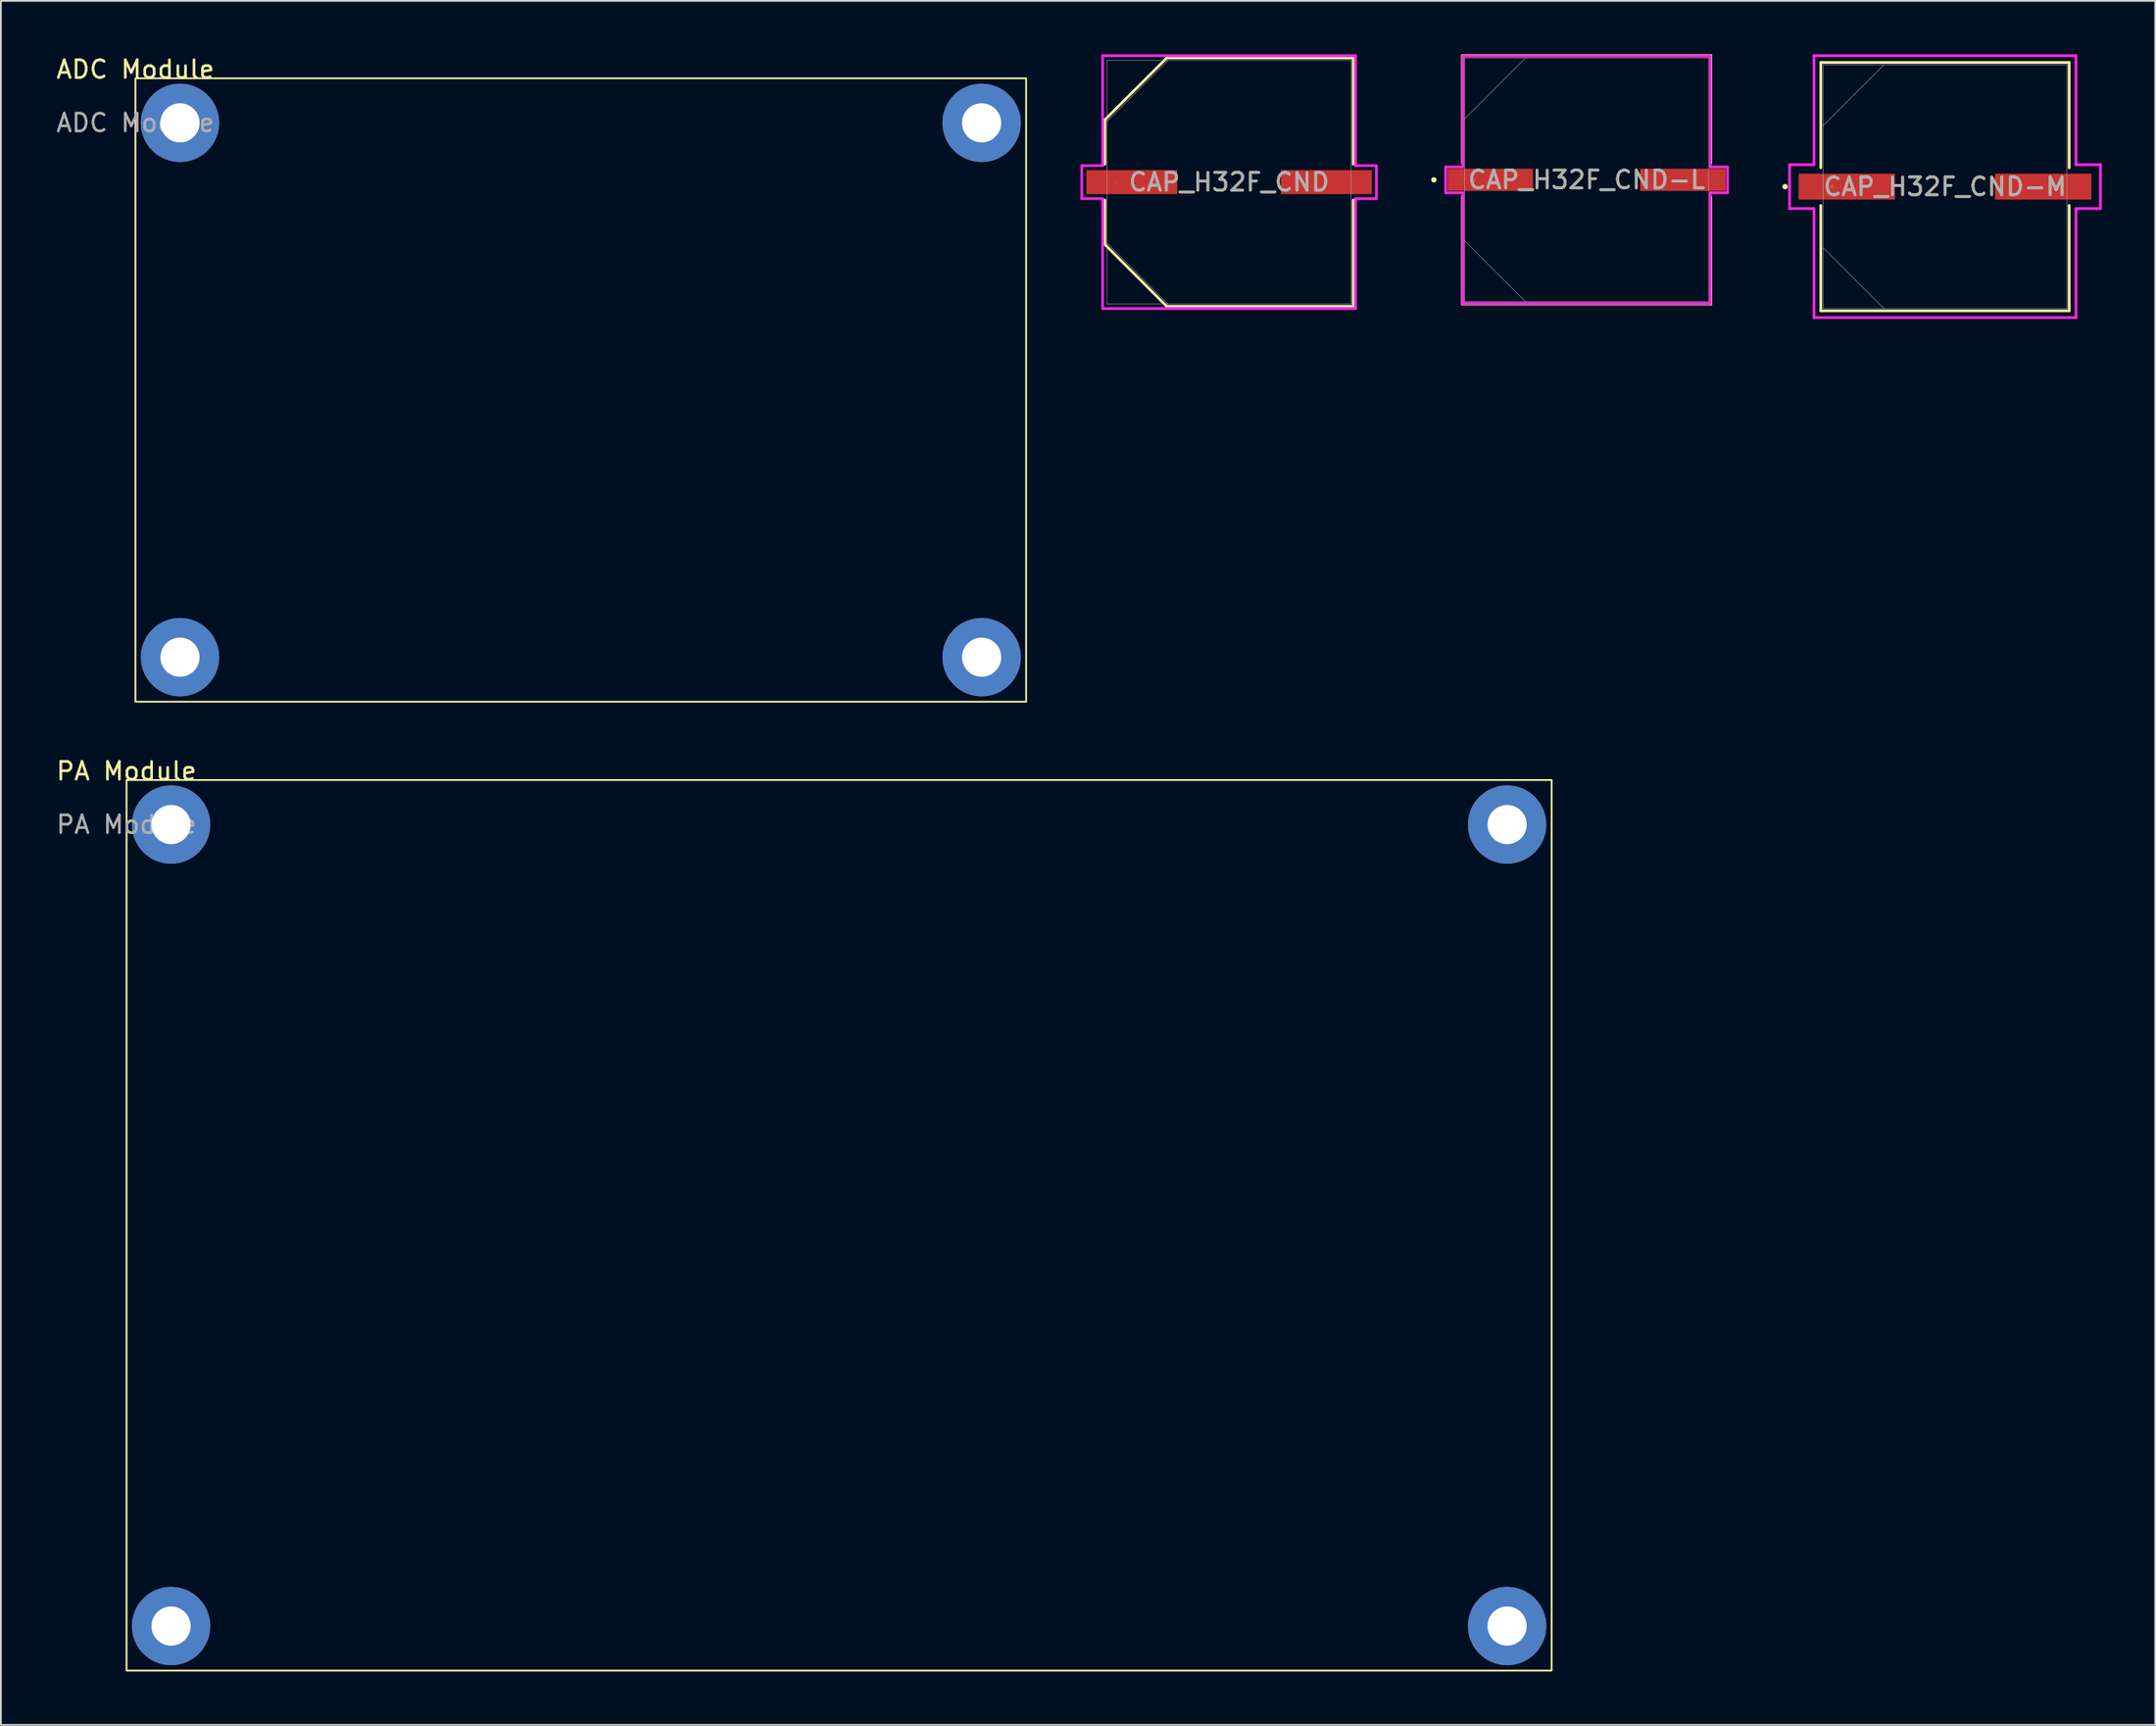
<source format=kicad_pcb>
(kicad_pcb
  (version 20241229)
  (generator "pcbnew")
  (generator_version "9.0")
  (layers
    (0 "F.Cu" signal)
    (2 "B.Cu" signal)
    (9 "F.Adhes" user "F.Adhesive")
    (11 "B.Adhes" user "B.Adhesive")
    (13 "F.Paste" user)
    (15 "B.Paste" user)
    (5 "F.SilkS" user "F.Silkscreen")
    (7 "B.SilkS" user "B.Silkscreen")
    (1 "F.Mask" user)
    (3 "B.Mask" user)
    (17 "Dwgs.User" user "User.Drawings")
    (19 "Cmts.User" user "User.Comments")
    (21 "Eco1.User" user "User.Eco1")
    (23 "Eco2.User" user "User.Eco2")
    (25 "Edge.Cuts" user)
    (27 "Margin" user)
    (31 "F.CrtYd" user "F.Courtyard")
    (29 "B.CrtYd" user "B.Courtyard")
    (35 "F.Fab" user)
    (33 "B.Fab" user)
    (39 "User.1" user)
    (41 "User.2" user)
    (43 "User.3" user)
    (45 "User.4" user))
  (footprint "CAP_H32F_CND-L"
    (layer "F.Cu")
    (at 86.016 7.048)
    (property "Reference" "CAP_H32F_CND-L" (at 0 0 0) (unlocked yes) (layer "F.SilkS") (effects (font (size 1 1) (thickness 0.15))))
    (attr smd)
    (fp_line (start -6.972 -6.972) (end -6.972 -0.955) (stroke (width 0.152) (type solid)) (layer "F.SilkS"))
    (fp_line (start -6.972 0.955) (end -6.972 6.972) (stroke (width 0.152) (type solid)) (layer "F.SilkS"))
    (fp_line (start -6.972 6.972) (end 6.972 6.972) (stroke (width 0.152) (type solid)) (layer "F.SilkS"))
    (fp_line (start 6.972 -6.972) (end -6.972 -6.972) (stroke (width 0.152) (type solid)) (layer "F.SilkS"))
    (fp_line (start 6.972 -0.955) (end 6.972 -6.972) (stroke (width 0.152) (type solid)) (layer "F.SilkS"))
    (fp_line (start 6.972 6.972) (end 6.972 0.955) (stroke (width 0.152) (type solid)) (layer "F.SilkS"))
    (fp_circle (center -8.572 0) (end -8.496 0) (stroke (width 0.152) (type solid)) (fill no) (layer "F.SilkS"))
    (fp_line (start -7.912 -0.724) (end -6.947 -0.724) (stroke (width 0.152) (type solid)) (layer "F.CrtYd"))
    (fp_line (start -7.912 0.724) (end -7.912 -0.724) (stroke (width 0.152) (type solid)) (layer "F.CrtYd"))
    (fp_line (start -6.947 -6.947) (end 6.947 -6.947) (stroke (width 0.152) (type solid)) (layer "F.CrtYd"))
    (fp_line (start -6.947 -0.724) (end -6.947 -6.947) (stroke (width 0.152) (type solid)) (layer "F.CrtYd"))
    (fp_line (start -6.947 0.724) (end -7.912 0.724) (stroke (width 0.152) (type solid)) (layer "F.CrtYd"))
    (fp_line (start -6.947 6.947) (end -6.947 0.724) (stroke (width 0.152) (type solid)) (layer "F.CrtYd"))
    (fp_line (start 6.947 -6.947) (end 6.947 -0.724) (stroke (width 0.152) (type solid)) (layer "F.CrtYd"))
    (fp_line (start 6.947 -0.724) (end 7.912 -0.724) (stroke (width 0.152) (type solid)) (layer "F.CrtYd"))
    (fp_line (start 6.947 0.724) (end 6.947 6.947) (stroke (width 0.152) (type solid)) (layer "F.CrtYd"))
    (fp_line (start 6.947 6.947) (end -6.947 6.947) (stroke (width 0.152) (type solid)) (layer "F.CrtYd"))
    (fp_line (start 7.912 -0.724) (end 7.912 0.724) (stroke (width 0.152) (type solid)) (layer "F.CrtYd"))
    (fp_line (start 7.912 0.724) (end 6.947 0.724) (stroke (width 0.152) (type solid)) (layer "F.CrtYd"))
    (fp_line (start -6.845 -6.845) (end -6.845 6.845) (stroke (width 0.025) (type solid)) (layer "F.Fab"))
    (fp_line (start -6.845 -3.423) (end -3.423 -6.845) (stroke (width 0.025) (type solid)) (layer "F.Fab"))
    (fp_line (start -6.845 3.423) (end -3.423 6.845) (stroke (width 0.025) (type solid)) (layer "F.Fab"))
    (fp_line (start -6.845 6.845) (end 6.845 6.845) (stroke (width 0.025) (type solid)) (layer "F.Fab"))
    (fp_line (start 6.845 -6.845) (end -6.845 -6.845) (stroke (width 0.025) (type solid)) (layer "F.Fab"))
    (fp_line (start 6.845 6.845) (end 6.845 -6.845) (stroke (width 0.025) (type solid)) (layer "F.Fab"))
    (fp_circle (center -6.337 0) (end -6.261 0) (stroke (width 0.025) (type solid)) (fill no) (layer "F.Fab"))
    (fp_text user "${REFERENCE}" (at 0 0 0) (unlocked yes) (layer "F.Fab") (effects (font (size 1 1) (thickness 0.15))))
    (pad "1" smd rect (at -5.41 0) (size 4.801 1.245) (layers "F.Cu" "F.Mask" "F.Paste"))
    (pad "2" smd rect (at 5.41 0) (size 4.801 1.245) (layers "F.Cu" "F.Mask" "F.Paste"))
    (zone (net_name "") (layer "F.Cu") (hatch full 0.508) (connect_pads) (min_thickness 0.254) (filled_areas_thickness no) (keepout (tracks not_allowed) (vias not_allowed) (pads allowed) (copperpour not_allowed) (footprints allowed)) (placement (enabled no)) (fill) (polygon (pts (xy 79.222 0.254) (xy 92.811 0.254) (xy 92.811 6.375) (xy 79.222 6.375))))
    (zone (net_name "") (layer "F.Cu") (hatch full 0.508) (connect_pads) (min_thickness 0.254) (filled_areas_thickness no) (keepout (tracks not_allowed) (vias not_allowed) (pads allowed) (copperpour not_allowed) (footprints allowed)) (placement (enabled no)) (fill) (polygon (pts (xy 79.222 7.722) (xy 92.811 7.722) (xy 92.811 13.843) (xy 79.222 13.843))))
    (zone (net_name "") (layer "F.Cu") (hatch full 0.508) (connect_pads) (min_thickness 0.254) (filled_areas_thickness no) (keepout (tracks not_allowed) (vias not_allowed) (pads allowed) (copperpour not_allowed) (footprints allowed)) (placement (enabled no)) (fill) (polygon (pts (xy 83.057 6.375) (xy 88.975 6.375) (xy 88.975 7.722) (xy 83.057 7.722)))))
  (footprint "ADC Module"
    (layer "F.Cu")
    (at 4.554 1.348)
    (property "Reference" "ADC Module" (at 0 -0.5 0) (unlocked yes) (layer "F.SilkS") (effects (font (size 1 1) (thickness 0.15))))
    (fp_rect (start 0 0) (end 50 35) (stroke (width 0.1) (type default)) (fill no) (layer "F.SilkS"))
    (fp_text user "${REFERENCE}" (at 0 2.5 0) (unlocked yes) (layer "F.Fab") (effects (font (size 1 1) (thickness 0.15))))
    (pad "" thru_hole circle (at 2.5 2.5) (size 4.4 4.4) (drill 2.2) (layers "*.Cu" "*.Mask"))
    (pad "" thru_hole circle (at 2.5 32.5) (size 4.4 4.4) (drill 2.2) (layers "*.Cu" "*.Mask"))
    (pad "" thru_hole circle (at 47.5 2.5) (size 4.4 4.4) (drill 2.2) (layers "*.Cu" "*.Mask"))
    (pad "" thru_hole circle (at 47.5 32.5) (size 4.4 4.4) (drill 2.2) (layers "*.Cu" "*.Mask")))
  (footprint "CAP_H32F_CND"
    (layer "F.Cu")
    (at 65.947 7.176)
    (property "Reference" "CAP_H32F_CND" (at 0 0 0) (unlocked yes) (layer "F.SilkS") (effects (font (size 1 1) (thickness 0.15))))
    (attr smd)
    (fp_line (start -6.972 -3.5) (end -6.972 -1.006) (stroke (width 0.152) (type solid)) (layer "F.SilkS"))
    (fp_line (start -6.972 -3.5) (end -3.5 -6.972) (stroke (width 0.152) (type solid)) (layer "F.SilkS"))
    (fp_line (start -6.972 1.006) (end -6.972 3.5) (stroke (width 0.152) (type solid)) (layer "F.SilkS"))
    (fp_line (start -6.972 3.5) (end -3.5 6.972) (stroke (width 0.152) (type solid)) (layer "F.SilkS"))
    (fp_line (start -3.5 6.972) (end 6.972 6.972) (stroke (width 0.152) (type solid)) (layer "F.SilkS"))
    (fp_line (start 6.972 -6.972) (end -3.5 -6.972) (stroke (width 0.152) (type solid)) (layer "F.SilkS"))
    (fp_line (start 6.972 -1.006) (end 6.972 -6.972) (stroke (width 0.152) (type solid)) (layer "F.SilkS"))
    (fp_line (start 6.972 6.972) (end 6.972 1.006) (stroke (width 0.152) (type solid)) (layer "F.SilkS"))
    (fp_line (start -8.268 -0.927) (end -7.099 -0.927) (stroke (width 0.152) (type solid)) (layer "F.CrtYd"))
    (fp_line (start -8.268 0.927) (end -8.268 -0.927) (stroke (width 0.152) (type solid)) (layer "F.CrtYd"))
    (fp_line (start -7.099 -7.099) (end 7.099 -7.099) (stroke (width 0.152) (type solid)) (layer "F.CrtYd"))
    (fp_line (start -7.099 -0.927) (end -7.099 -7.099) (stroke (width 0.152) (type solid)) (layer "F.CrtYd"))
    (fp_line (start -7.099 0.927) (end -8.268 0.927) (stroke (width 0.152) (type solid)) (layer "F.CrtYd"))
    (fp_line (start -7.099 7.099) (end -7.099 0.927) (stroke (width 0.152) (type solid)) (layer "F.CrtYd"))
    (fp_line (start 7.099 -7.099) (end 7.099 -0.927) (stroke (width 0.152) (type solid)) (layer "F.CrtYd"))
    (fp_line (start 7.099 -0.927) (end 8.268 -0.927) (stroke (width 0.152) (type solid)) (layer "F.CrtYd"))
    (fp_line (start 7.099 0.927) (end 7.099 7.099) (stroke (width 0.152) (type solid)) (layer "F.CrtYd"))
    (fp_line (start 7.099 7.099) (end -7.099 7.099) (stroke (width 0.152) (type solid)) (layer "F.CrtYd"))
    (fp_line (start 8.268 -0.927) (end 8.268 0.927) (stroke (width 0.152) (type solid)) (layer "F.CrtYd"))
    (fp_line (start 8.268 0.927) (end 7.099 0.927) (stroke (width 0.152) (type solid)) (layer "F.CrtYd"))
    (fp_line (start -6.845 -6.845) (end -6.845 6.845) (stroke (width 0.025) (type solid)) (layer "F.Fab"))
    (fp_line (start -6.845 -3.423) (end -3.423 -6.845) (stroke (width 0.025) (type solid)) (layer "F.Fab"))
    (fp_line (start -6.845 3.423) (end -3.423 6.845) (stroke (width 0.025) (type solid)) (layer "F.Fab"))
    (fp_line (start -6.845 6.845) (end 6.845 6.845) (stroke (width 0.025) (type solid)) (layer "F.Fab"))
    (fp_line (start 6.845 -6.845) (end -6.845 -6.845) (stroke (width 0.025) (type solid)) (layer "F.Fab"))
    (fp_line (start 6.845 6.845) (end 6.845 -6.845) (stroke (width 0.025) (type solid)) (layer "F.Fab"))
    (fp_circle (center -6.337 0) (end -6.337 0) (stroke (width 0.025) (type solid)) (fill no) (layer "F.Fab"))
    (fp_text user "${REFERENCE}" (at 0 0 0) (unlocked yes) (layer "F.Fab") (effects (font (size 1 1) (thickness 0.15))))
    (pad "1" smd rect (at -5.461 0) (size 5.105 1.346) (layers "F.Cu" "F.Mask" "F.Paste"))
    (pad "2" smd rect (at 5.461 0) (size 5.105 1.346) (layers "F.Cu" "F.Mask" "F.Paste")))
  (footprint "CAP_H32F_CND-M"
    (layer "F.Cu")
    (at 106.136 7.429)
    (property "Reference" "CAP_H32F_CND-M" (at 0 0 0) (unlocked yes) (layer "F.SilkS") (effects (font (size 1 1) (thickness 0.15))))
    (attr smd)
    (fp_line (start -6.972 -6.972) (end -6.972 -1.057) (stroke (width 0.152) (type solid)) (layer "F.SilkS"))
    (fp_line (start -6.972 1.057) (end -6.972 6.972) (stroke (width 0.152) (type solid)) (layer "F.SilkS"))
    (fp_line (start -6.972 6.972) (end 6.972 6.972) (stroke (width 0.152) (type solid)) (layer "F.SilkS"))
    (fp_line (start 6.972 -6.972) (end -6.972 -6.972) (stroke (width 0.152) (type solid)) (layer "F.SilkS"))
    (fp_line (start 6.972 -1.057) (end 6.972 -6.972) (stroke (width 0.152) (type solid)) (layer "F.SilkS"))
    (fp_line (start 6.972 6.972) (end 6.972 1.057) (stroke (width 0.152) (type solid)) (layer "F.SilkS"))
    (fp_circle (center -8.979 0) (end -8.903 0) (stroke (width 0.152) (type solid)) (fill no) (layer "F.SilkS"))
    (fp_line (start -8.725 -1.232) (end -7.353 -1.232) (stroke (width 0.152) (type solid)) (layer "F.CrtYd"))
    (fp_line (start -8.725 1.232) (end -8.725 -1.232) (stroke (width 0.152) (type solid)) (layer "F.CrtYd"))
    (fp_line (start -7.353 -7.353) (end 7.353 -7.353) (stroke (width 0.152) (type solid)) (layer "F.CrtYd"))
    (fp_line (start -7.353 -1.232) (end -7.353 -7.353) (stroke (width 0.152) (type solid)) (layer "F.CrtYd"))
    (fp_line (start -7.353 1.232) (end -8.725 1.232) (stroke (width 0.152) (type solid)) (layer "F.CrtYd"))
    (fp_line (start -7.353 7.353) (end -7.353 1.232) (stroke (width 0.152) (type solid)) (layer "F.CrtYd"))
    (fp_line (start 7.353 -7.353) (end 7.353 -1.232) (stroke (width 0.152) (type solid)) (layer "F.CrtYd"))
    (fp_line (start 7.353 -1.232) (end 8.725 -1.232) (stroke (width 0.152) (type solid)) (layer "F.CrtYd"))
    (fp_line (start 7.353 1.232) (end 7.353 7.353) (stroke (width 0.152) (type solid)) (layer "F.CrtYd"))
    (fp_line (start 7.353 7.353) (end -7.353 7.353) (stroke (width 0.152) (type solid)) (layer "F.CrtYd"))
    (fp_line (start 8.725 -1.232) (end 8.725 1.232) (stroke (width 0.152) (type solid)) (layer "F.CrtYd"))
    (fp_line (start 8.725 1.232) (end 7.353 1.232) (stroke (width 0.152) (type solid)) (layer "F.CrtYd"))
    (fp_line (start -6.845 -6.845) (end -6.845 6.845) (stroke (width 0.025) (type solid)) (layer "F.Fab"))
    (fp_line (start -6.845 -3.423) (end -3.423 -6.845) (stroke (width 0.025) (type solid)) (layer "F.Fab"))
    (fp_line (start -6.845 3.423) (end -3.423 6.845) (stroke (width 0.025) (type solid)) (layer "F.Fab"))
    (fp_line (start -6.845 6.845) (end 6.845 6.845) (stroke (width 0.025) (type solid)) (layer "F.Fab"))
    (fp_line (start 6.845 -6.845) (end -6.845 -6.845) (stroke (width 0.025) (type solid)) (layer "F.Fab"))
    (fp_line (start 6.845 6.845) (end 6.845 -6.845) (stroke (width 0.025) (type solid)) (layer "F.Fab"))
    (fp_circle (center -6.337 0) (end -6.261 0) (stroke (width 0.025) (type solid)) (fill no) (layer "F.Fab"))
    (fp_text user "${REFERENCE}" (at 0 0 0) (unlocked yes) (layer "F.Fab") (effects (font (size 1 1) (thickness 0.15))))
    (pad "1" smd rect (at -5.512 0) (size 5.41 1.448) (layers "F.Cu" "F.Mask" "F.Paste"))
    (pad "2" smd rect (at 5.512 0) (size 5.41 1.448) (layers "F.Cu" "F.Mask" "F.Paste"))
    (zone (net_name "") (layer "F.Cu") (hatch full 0.508) (connect_pads) (min_thickness 0.254) (filled_areas_thickness no) (keepout (tracks not_allowed) (vias not_allowed) (pads allowed) (copperpour not_allowed) (footprints allowed)) (placement (enabled no)) (fill) (polygon (pts (xy 99.341 0.635) (xy 112.93 0.635) (xy 112.93 6.655) (xy 99.341 6.655))))
    (zone (net_name "") (layer "F.Cu") (hatch full 0.508) (connect_pads) (min_thickness 0.254) (filled_areas_thickness no) (keepout (tracks not_allowed) (vias not_allowed) (pads allowed) (copperpour not_allowed) (footprints allowed)) (placement (enabled no)) (fill) (polygon (pts (xy 99.341 8.204) (xy 112.93 8.204) (xy 112.93 14.224) (xy 99.341 14.224))))
    (zone (net_name "") (layer "F.Cu") (hatch full 0.508) (connect_pads) (min_thickness 0.254) (filled_areas_thickness no) (keepout (tracks not_allowed) (vias not_allowed) (pads allowed) (copperpour not_allowed) (footprints allowed)) (placement (enabled no)) (fill) (polygon (pts (xy 103.38 6.655) (xy 108.892 6.655) (xy 108.892 8.204) (xy 103.38 8.204)))))
  (footprint "PA Module"
    (layer "F.Cu")
    (at 4.054 40.746)
    (property "Reference" "PA Module" (at 0 -0.5 0) (unlocked yes) (layer "F.SilkS") (effects (font (size 1 1) (thickness 0.15))))
    (fp_rect (start 0 0) (end 80 50) (stroke (width 0.1) (type default)) (fill no) (layer "F.SilkS"))
    (fp_text user "${REFERENCE}" (at 0 2.5 0) (unlocked yes) (layer "F.Fab") (effects (font (size 1 1) (thickness 0.15))))
    (pad "" thru_hole circle (at 2.5 2.5) (size 4.4 4.4) (drill 2.2) (layers "*.Cu" "*.Mask"))
    (pad "" thru_hole circle (at 2.5 47.5) (size 4.4 4.4) (drill 2.2) (layers "*.Cu" "*.Mask"))
    (pad "" thru_hole circle (at 77.5 2.5) (size 4.4 4.4) (drill 2.2) (layers "*.Cu" "*.Mask"))
    (pad "" thru_hole circle (at 77.5 47.5) (size 4.4 4.4) (drill 2.2) (layers "*.Cu" "*.Mask")))
  (gr_rect
    (start -3 -3)
    (end 117.937 93.796)
    (stroke (width 0.1) (type default))
    (fill no)
    (layer "Edge.Cuts")))
</source>
